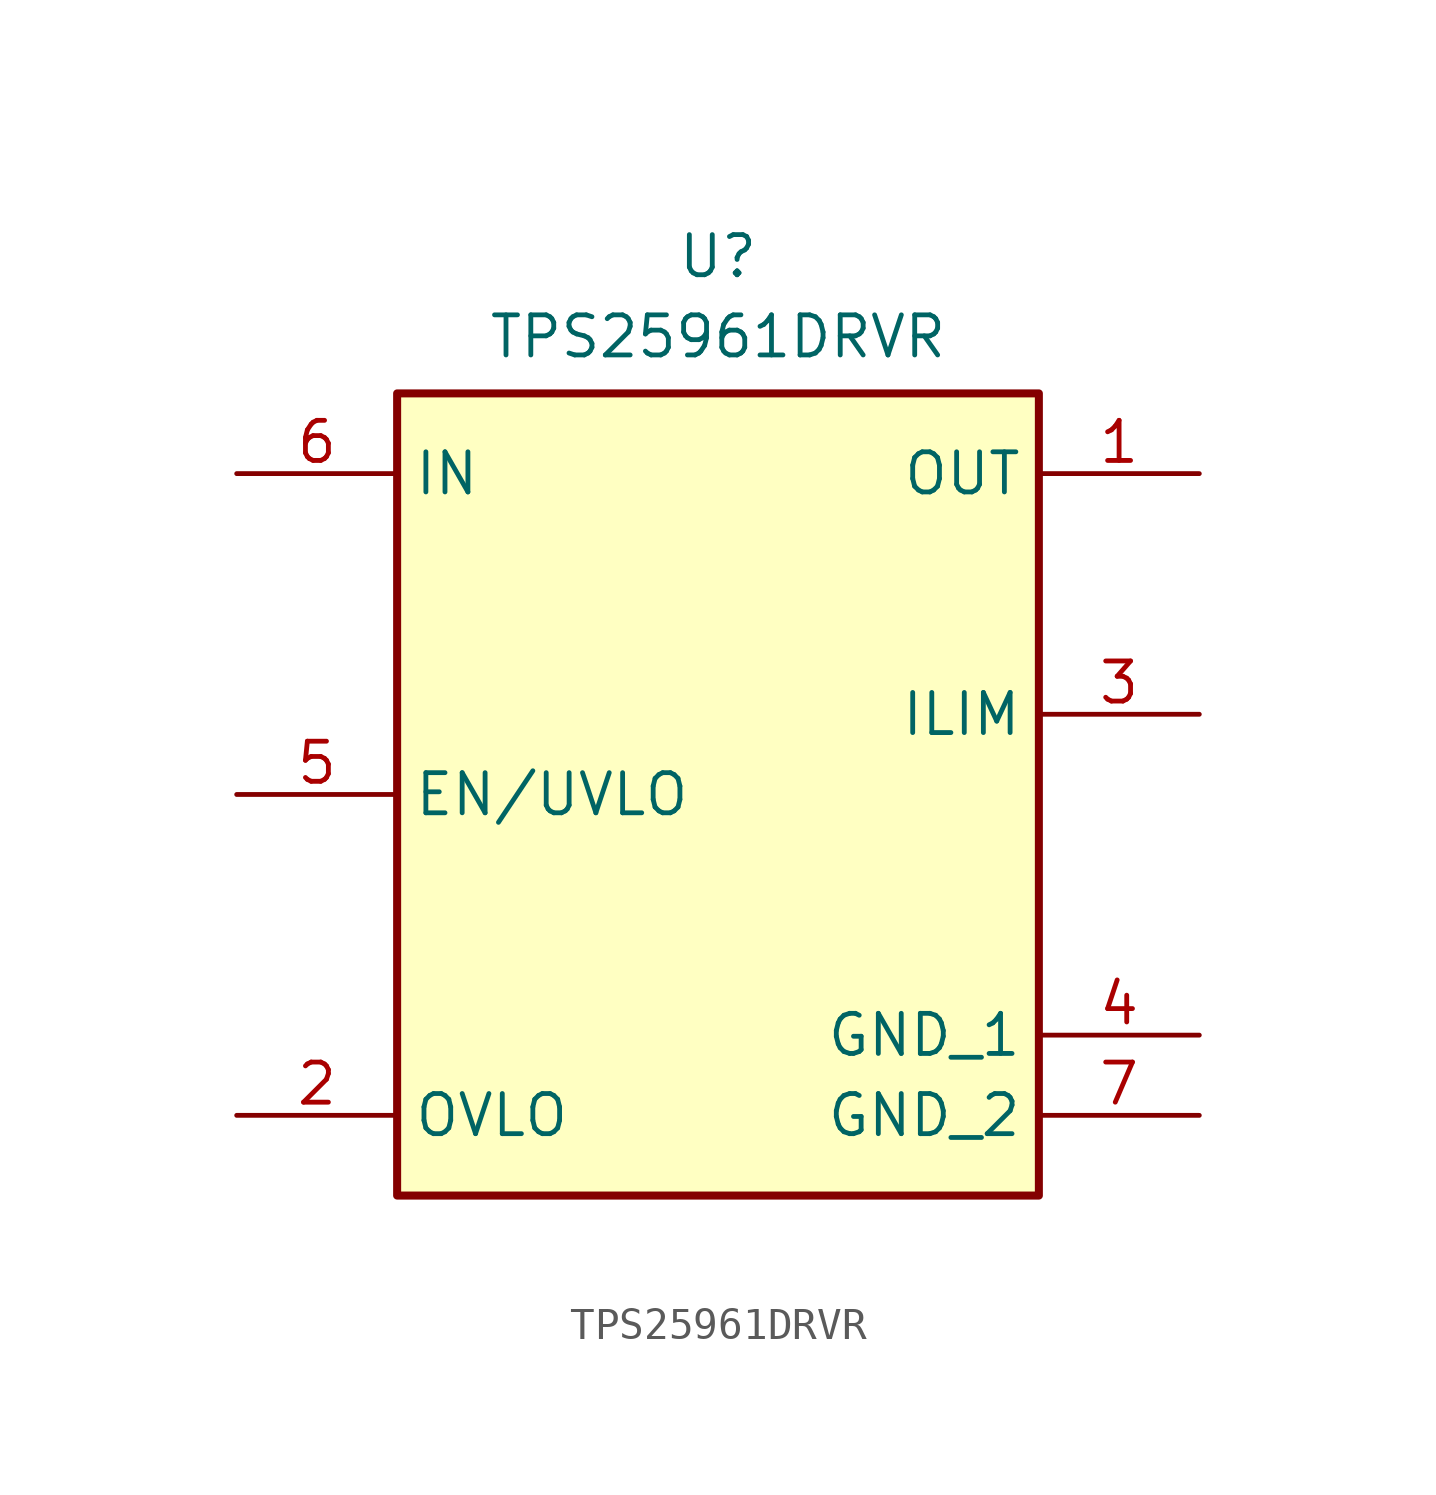
<source format=kicad_sym>
(kicad_symbol_lib
  (version 20231120)
  (generator "kicad_symbol_editor")
  (generator_version "8.0")
  (symbol "TPS25961DRVR"
    (property "Reference" "U"
      (at 0 5.08 0)
      (effects (font (size 1.27 1.27)) (justify top)))
    (property "Value" "TPS25961DRVR"
      (at 0 2.54 0)
      (effects (font (size 1.27 1.27)) (justify top)))
    (symbol "TPS25961DRVR_1_1"
      (rectangle (start -10.16 0) (end 10.16 -25.4) (stroke (width 0.254) (type default)) (fill (type background)))
      (pin output line (at 15.24 -2.54 180) (length 5.08) (name "OUT" (effects (font (size 1.27 1.27)))) (number "1" (effects (font (size 1.27 1.27)))))
      (pin input line (at -15.24 -22.86 0) (length 5.08) (name "OVLO" (effects (font (size 1.27 1.27)))) (number "2" (effects (font (size 1.27 1.27)))))
      (pin output line (at 15.24 -10.16 180) (length 5.08) (name "ILIM" (effects (font (size 1.27 1.27)))) (number "3" (effects (font (size 1.27 1.27)))))
      (pin power_in line (at 15.24 -20.32 180) (length 5.08) (name "GND_1" (effects (font (size 1.27 1.27)))) (number "4" (effects (font (size 1.27 1.27)))))
      (pin input line (at -15.24 -12.7 0) (length 5.08) (name "EN/UVLO" (effects (font (size 1.27 1.27)))) (number "5" (effects (font (size 1.27 1.27)))))
      (pin power_in line (at -15.24 -2.54 0) (length 5.08) (name "IN" (effects (font (size 1.27 1.27)))) (number "6" (effects (font (size 1.27 1.27)))))
      (pin power_in line (at 15.24 -22.86 180) (length 5.08) (name "GND_2" (effects (font (size 1.27 1.27)))) (number "7" (effects (font (size 1.27 1.27))))))))
</source>
